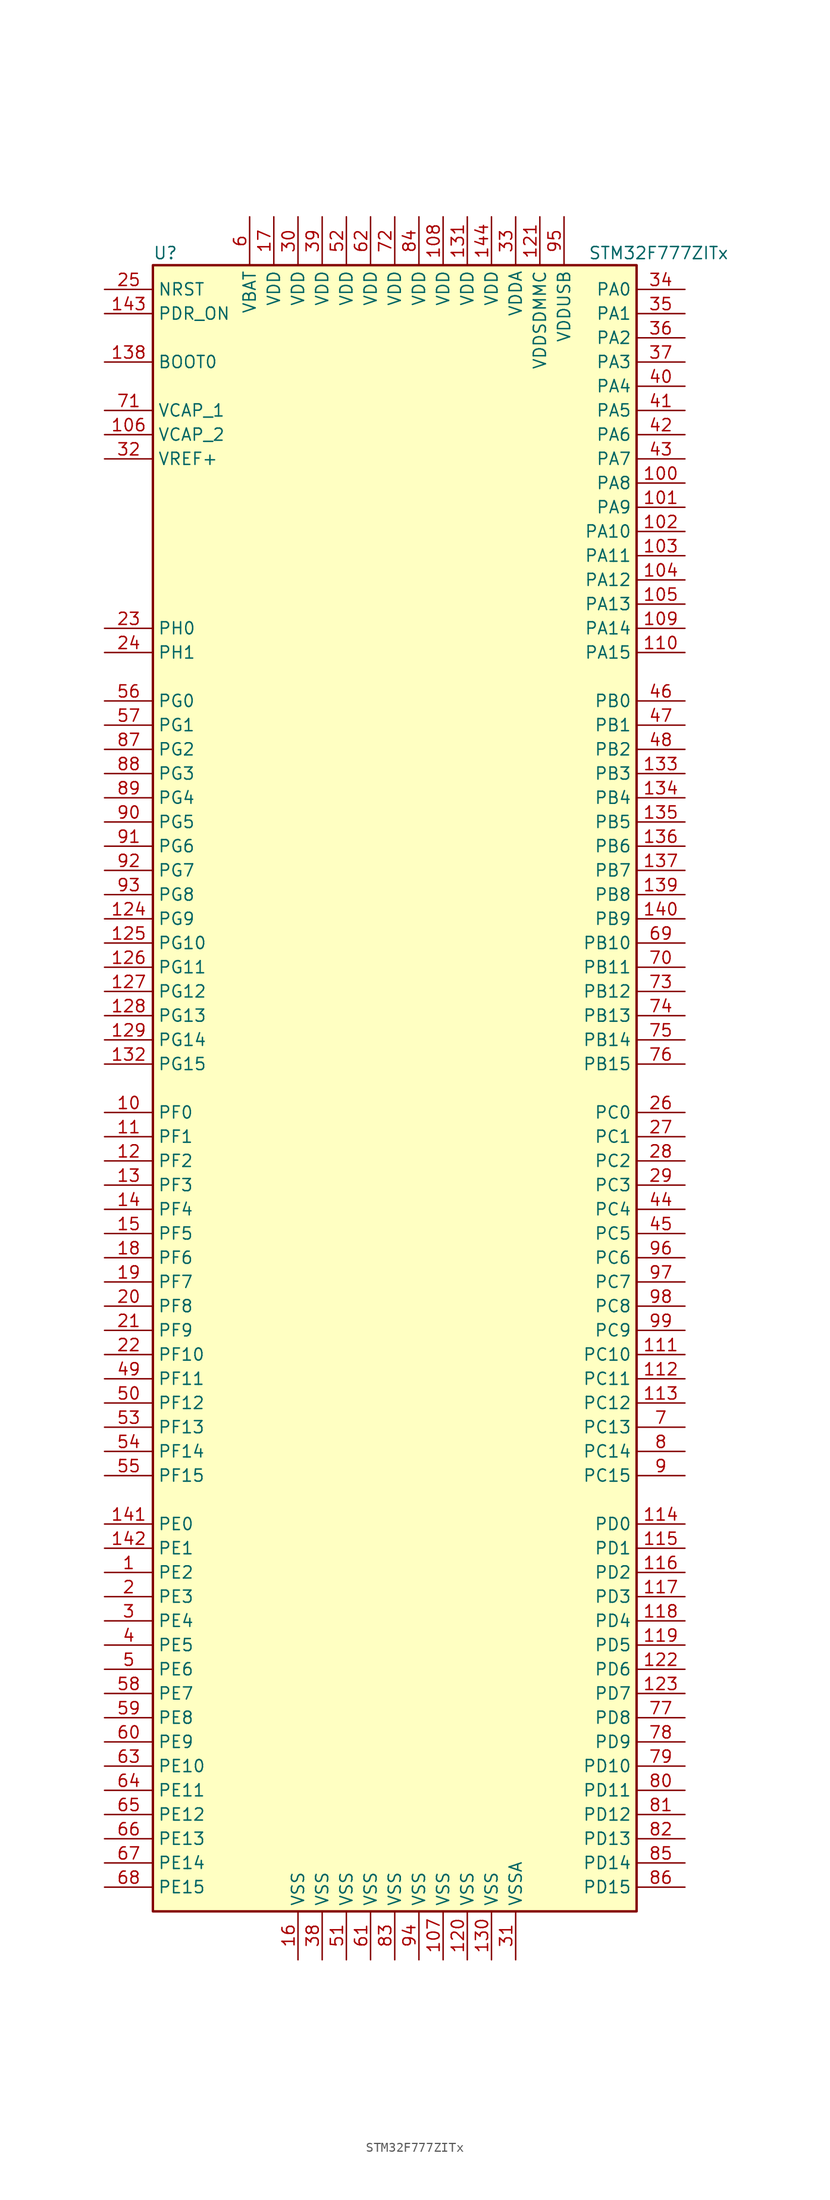
<source format=kicad_sym>
(kicad_symbol_lib
  (version 20201005)
  (generator kicad_symbol_editor)
  (symbol "STM32F777ZITx"
    (property "Reference" "U"
      (at -25.4 87.63 0)
      (effects (font (size 1.27 1.27)) (justify left)))
    (property "Value" "STM32F777ZITx"
      (at 20.32 87.63 0)
      (effects (font (size 1.27 1.27)) (justify left)))
    (symbol "STM32F777ZITx_0_1"
      (rectangle (start -25.4 -86.36) (end 25.4 86.36) (stroke (width 0.254)) (fill (type background))))
    (symbol "STM32F777ZITx_1_1"
      (pin bidirectional line (at -30.48 -50.8 0) (length 5.08) (name "PE2" (effects (font (size 1.27 1.27)))) (number "1" (effects (font (size 1.27 1.27)))))
      (pin bidirectional line (at -30.48 -2.54 0) (length 5.08) (name "PF0" (effects (font (size 1.27 1.27)))) (number "10" (effects (font (size 1.27 1.27)))))
      (pin bidirectional line (at 30.48 63.5 180) (length 5.08) (name "PA8" (effects (font (size 1.27 1.27)))) (number "100" (effects (font (size 1.27 1.27)))))
      (pin bidirectional line (at 30.48 60.96 180) (length 5.08) (name "PA9" (effects (font (size 1.27 1.27)))) (number "101" (effects (font (size 1.27 1.27)))))
      (pin bidirectional line (at 30.48 58.42 180) (length 5.08) (name "PA10" (effects (font (size 1.27 1.27)))) (number "102" (effects (font (size 1.27 1.27)))))
      (pin bidirectional line (at 30.48 55.88 180) (length 5.08) (name "PA11" (effects (font (size 1.27 1.27)))) (number "103" (effects (font (size 1.27 1.27)))))
      (pin bidirectional line (at 30.48 53.34 180) (length 5.08) (name "PA12" (effects (font (size 1.27 1.27)))) (number "104" (effects (font (size 1.27 1.27)))))
      (pin bidirectional line (at 30.48 50.8 180) (length 5.08) (name "PA13" (effects (font (size 1.27 1.27)))) (number "105" (effects (font (size 1.27 1.27)))))
      (pin power_in line (at -30.48 68.58 0) (length 5.08) (name "VCAP_2" (effects (font (size 1.27 1.27)))) (number "106" (effects (font (size 1.27 1.27)))))
      (pin power_in line (at 5.08 -91.44 90) (length 5.08) (name "VSS" (effects (font (size 1.27 1.27)))) (number "107" (effects (font (size 1.27 1.27)))))
      (pin power_in line (at 5.08 91.44 270) (length 5.08) (name "VDD" (effects (font (size 1.27 1.27)))) (number "108" (effects (font (size 1.27 1.27)))))
      (pin bidirectional line (at 30.48 48.26 180) (length 5.08) (name "PA14" (effects (font (size 1.27 1.27)))) (number "109" (effects (font (size 1.27 1.27)))))
      (pin bidirectional line (at -30.48 -5.08 0) (length 5.08) (name "PF1" (effects (font (size 1.27 1.27)))) (number "11" (effects (font (size 1.27 1.27)))))
      (pin bidirectional line (at 30.48 45.72 180) (length 5.08) (name "PA15" (effects (font (size 1.27 1.27)))) (number "110" (effects (font (size 1.27 1.27)))))
      (pin bidirectional line (at 30.48 -27.94 180) (length 5.08) (name "PC10" (effects (font (size 1.27 1.27)))) (number "111" (effects (font (size 1.27 1.27)))))
      (pin bidirectional line (at 30.48 -30.48 180) (length 5.08) (name "PC11" (effects (font (size 1.27 1.27)))) (number "112" (effects (font (size 1.27 1.27)))))
      (pin bidirectional line (at 30.48 -33.02 180) (length 5.08) (name "PC12" (effects (font (size 1.27 1.27)))) (number "113" (effects (font (size 1.27 1.27)))))
      (pin bidirectional line (at 30.48 -45.72 180) (length 5.08) (name "PD0" (effects (font (size 1.27 1.27)))) (number "114" (effects (font (size 1.27 1.27)))))
      (pin bidirectional line (at 30.48 -48.26 180) (length 5.08) (name "PD1" (effects (font (size 1.27 1.27)))) (number "115" (effects (font (size 1.27 1.27)))))
      (pin bidirectional line (at 30.48 -50.8 180) (length 5.08) (name "PD2" (effects (font (size 1.27 1.27)))) (number "116" (effects (font (size 1.27 1.27)))))
      (pin bidirectional line (at 30.48 -53.34 180) (length 5.08) (name "PD3" (effects (font (size 1.27 1.27)))) (number "117" (effects (font (size 1.27 1.27)))))
      (pin bidirectional line (at 30.48 -55.88 180) (length 5.08) (name "PD4" (effects (font (size 1.27 1.27)))) (number "118" (effects (font (size 1.27 1.27)))))
      (pin bidirectional line (at 30.48 -58.42 180) (length 5.08) (name "PD5" (effects (font (size 1.27 1.27)))) (number "119" (effects (font (size 1.27 1.27)))))
      (pin bidirectional line (at -30.48 -7.62 0) (length 5.08) (name "PF2" (effects (font (size 1.27 1.27)))) (number "12" (effects (font (size 1.27 1.27)))))
      (pin power_in line (at 7.62 -91.44 90) (length 5.08) (name "VSS" (effects (font (size 1.27 1.27)))) (number "120" (effects (font (size 1.27 1.27)))))
      (pin power_in line (at 15.24 91.44 270) (length 5.08) (name "VDDSDMMC" (effects (font (size 1.27 1.27)))) (number "121" (effects (font (size 1.27 1.27)))))
      (pin bidirectional line (at 30.48 -60.96 180) (length 5.08) (name "PD6" (effects (font (size 1.27 1.27)))) (number "122" (effects (font (size 1.27 1.27)))))
      (pin bidirectional line (at 30.48 -63.5 180) (length 5.08) (name "PD7" (effects (font (size 1.27 1.27)))) (number "123" (effects (font (size 1.27 1.27)))))
      (pin bidirectional line (at -30.48 17.78 0) (length 5.08) (name "PG9" (effects (font (size 1.27 1.27)))) (number "124" (effects (font (size 1.27 1.27)))))
      (pin bidirectional line (at -30.48 15.24 0) (length 5.08) (name "PG10" (effects (font (size 1.27 1.27)))) (number "125" (effects (font (size 1.27 1.27)))))
      (pin bidirectional line (at -30.48 12.7 0) (length 5.08) (name "PG11" (effects (font (size 1.27 1.27)))) (number "126" (effects (font (size 1.27 1.27)))))
      (pin bidirectional line (at -30.48 10.16 0) (length 5.08) (name "PG12" (effects (font (size 1.27 1.27)))) (number "127" (effects (font (size 1.27 1.27)))))
      (pin bidirectional line (at -30.48 7.62 0) (length 5.08) (name "PG13" (effects (font (size 1.27 1.27)))) (number "128" (effects (font (size 1.27 1.27)))))
      (pin bidirectional line (at -30.48 5.08 0) (length 5.08) (name "PG14" (effects (font (size 1.27 1.27)))) (number "129" (effects (font (size 1.27 1.27)))))
      (pin bidirectional line (at -30.48 -10.16 0) (length 5.08) (name "PF3" (effects (font (size 1.27 1.27)))) (number "13" (effects (font (size 1.27 1.27)))))
      (pin power_in line (at 10.16 -91.44 90) (length 5.08) (name "VSS" (effects (font (size 1.27 1.27)))) (number "130" (effects (font (size 1.27 1.27)))))
      (pin power_in line (at 7.62 91.44 270) (length 5.08) (name "VDD" (effects (font (size 1.27 1.27)))) (number "131" (effects (font (size 1.27 1.27)))))
      (pin bidirectional line (at -30.48 2.54 0) (length 5.08) (name "PG15" (effects (font (size 1.27 1.27)))) (number "132" (effects (font (size 1.27 1.27)))))
      (pin bidirectional line (at 30.48 33.02 180) (length 5.08) (name "PB3" (effects (font (size 1.27 1.27)))) (number "133" (effects (font (size 1.27 1.27)))))
      (pin bidirectional line (at 30.48 30.48 180) (length 5.08) (name "PB4" (effects (font (size 1.27 1.27)))) (number "134" (effects (font (size 1.27 1.27)))))
      (pin bidirectional line (at 30.48 27.94 180) (length 5.08) (name "PB5" (effects (font (size 1.27 1.27)))) (number "135" (effects (font (size 1.27 1.27)))))
      (pin bidirectional line (at 30.48 25.4 180) (length 5.08) (name "PB6" (effects (font (size 1.27 1.27)))) (number "136" (effects (font (size 1.27 1.27)))))
      (pin bidirectional line (at 30.48 22.86 180) (length 5.08) (name "PB7" (effects (font (size 1.27 1.27)))) (number "137" (effects (font (size 1.27 1.27)))))
      (pin input line (at -30.48 76.2 0) (length 5.08) (name "BOOT0" (effects (font (size 1.27 1.27)))) (number "138" (effects (font (size 1.27 1.27)))))
      (pin bidirectional line (at 30.48 20.32 180) (length 5.08) (name "PB8" (effects (font (size 1.27 1.27)))) (number "139" (effects (font (size 1.27 1.27)))))
      (pin bidirectional line (at -30.48 -12.7 0) (length 5.08) (name "PF4" (effects (font (size 1.27 1.27)))) (number "14" (effects (font (size 1.27 1.27)))))
      (pin bidirectional line (at 30.48 17.78 180) (length 5.08) (name "PB9" (effects (font (size 1.27 1.27)))) (number "140" (effects (font (size 1.27 1.27)))))
      (pin bidirectional line (at -30.48 -45.72 0) (length 5.08) (name "PE0" (effects (font (size 1.27 1.27)))) (number "141" (effects (font (size 1.27 1.27)))))
      (pin bidirectional line (at -30.48 -48.26 0) (length 5.08) (name "PE1" (effects (font (size 1.27 1.27)))) (number "142" (effects (font (size 1.27 1.27)))))
      (pin input line (at -30.48 81.28 0) (length 5.08) (name "PDR_ON" (effects (font (size 1.27 1.27)))) (number "143" (effects (font (size 1.27 1.27)))))
      (pin power_in line (at 10.16 91.44 270) (length 5.08) (name "VDD" (effects (font (size 1.27 1.27)))) (number "144" (effects (font (size 1.27 1.27)))))
      (pin bidirectional line (at -30.48 -15.24 0) (length 5.08) (name "PF5" (effects (font (size 1.27 1.27)))) (number "15" (effects (font (size 1.27 1.27)))))
      (pin power_in line (at -10.16 -91.44 90) (length 5.08) (name "VSS" (effects (font (size 1.27 1.27)))) (number "16" (effects (font (size 1.27 1.27)))))
      (pin power_in line (at -12.7 91.44 270) (length 5.08) (name "VDD" (effects (font (size 1.27 1.27)))) (number "17" (effects (font (size 1.27 1.27)))))
      (pin bidirectional line (at -30.48 -17.78 0) (length 5.08) (name "PF6" (effects (font (size 1.27 1.27)))) (number "18" (effects (font (size 1.27 1.27)))))
      (pin bidirectional line (at -30.48 -20.32 0) (length 5.08) (name "PF7" (effects (font (size 1.27 1.27)))) (number "19" (effects (font (size 1.27 1.27)))))
      (pin bidirectional line (at -30.48 -53.34 0) (length 5.08) (name "PE3" (effects (font (size 1.27 1.27)))) (number "2" (effects (font (size 1.27 1.27)))))
      (pin bidirectional line (at -30.48 -22.86 0) (length 5.08) (name "PF8" (effects (font (size 1.27 1.27)))) (number "20" (effects (font (size 1.27 1.27)))))
      (pin bidirectional line (at -30.48 -25.4 0) (length 5.08) (name "PF9" (effects (font (size 1.27 1.27)))) (number "21" (effects (font (size 1.27 1.27)))))
      (pin bidirectional line (at -30.48 -27.94 0) (length 5.08) (name "PF10" (effects (font (size 1.27 1.27)))) (number "22" (effects (font (size 1.27 1.27)))))
      (pin input line (at -30.48 48.26 0) (length 5.08) (name "PH0" (effects (font (size 1.27 1.27)))) (number "23" (effects (font (size 1.27 1.27)))))
      (pin input line (at -30.48 45.72 0) (length 5.08) (name "PH1" (effects (font (size 1.27 1.27)))) (number "24" (effects (font (size 1.27 1.27)))))
      (pin input line (at -30.48 83.82 0) (length 5.08) (name "NRST" (effects (font (size 1.27 1.27)))) (number "25" (effects (font (size 1.27 1.27)))))
      (pin bidirectional line (at 30.48 -2.54 180) (length 5.08) (name "PC0" (effects (font (size 1.27 1.27)))) (number "26" (effects (font (size 1.27 1.27)))))
      (pin bidirectional line (at 30.48 -5.08 180) (length 5.08) (name "PC1" (effects (font (size 1.27 1.27)))) (number "27" (effects (font (size 1.27 1.27)))))
      (pin bidirectional line (at 30.48 -7.62 180) (length 5.08) (name "PC2" (effects (font (size 1.27 1.27)))) (number "28" (effects (font (size 1.27 1.27)))))
      (pin bidirectional line (at 30.48 -10.16 180) (length 5.08) (name "PC3" (effects (font (size 1.27 1.27)))) (number "29" (effects (font (size 1.27 1.27)))))
      (pin bidirectional line (at -30.48 -55.88 0) (length 5.08) (name "PE4" (effects (font (size 1.27 1.27)))) (number "3" (effects (font (size 1.27 1.27)))))
      (pin power_in line (at -10.16 91.44 270) (length 5.08) (name "VDD" (effects (font (size 1.27 1.27)))) (number "30" (effects (font (size 1.27 1.27)))))
      (pin power_in line (at 12.7 -91.44 90) (length 5.08) (name "VSSA" (effects (font (size 1.27 1.27)))) (number "31" (effects (font (size 1.27 1.27)))))
      (pin power_in line (at -30.48 66.04 0) (length 5.08) (name "VREF+" (effects (font (size 1.27 1.27)))) (number "32" (effects (font (size 1.27 1.27)))))
      (pin power_in line (at 12.7 91.44 270) (length 5.08) (name "VDDA" (effects (font (size 1.27 1.27)))) (number "33" (effects (font (size 1.27 1.27)))))
      (pin bidirectional line (at 30.48 83.82 180) (length 5.08) (name "PA0" (effects (font (size 1.27 1.27)))) (number "34" (effects (font (size 1.27 1.27)))))
      (pin bidirectional line (at 30.48 81.28 180) (length 5.08) (name "PA1" (effects (font (size 1.27 1.27)))) (number "35" (effects (font (size 1.27 1.27)))))
      (pin bidirectional line (at 30.48 78.74 180) (length 5.08) (name "PA2" (effects (font (size 1.27 1.27)))) (number "36" (effects (font (size 1.27 1.27)))))
      (pin bidirectional line (at 30.48 76.2 180) (length 5.08) (name "PA3" (effects (font (size 1.27 1.27)))) (number "37" (effects (font (size 1.27 1.27)))))
      (pin power_in line (at -7.62 -91.44 90) (length 5.08) (name "VSS" (effects (font (size 1.27 1.27)))) (number "38" (effects (font (size 1.27 1.27)))))
      (pin power_in line (at -7.62 91.44 270) (length 5.08) (name "VDD" (effects (font (size 1.27 1.27)))) (number "39" (effects (font (size 1.27 1.27)))))
      (pin bidirectional line (at -30.48 -58.42 0) (length 5.08) (name "PE5" (effects (font (size 1.27 1.27)))) (number "4" (effects (font (size 1.27 1.27)))))
      (pin bidirectional line (at 30.48 73.66 180) (length 5.08) (name "PA4" (effects (font (size 1.27 1.27)))) (number "40" (effects (font (size 1.27 1.27)))))
      (pin bidirectional line (at 30.48 71.12 180) (length 5.08) (name "PA5" (effects (font (size 1.27 1.27)))) (number "41" (effects (font (size 1.27 1.27)))))
      (pin bidirectional line (at 30.48 68.58 180) (length 5.08) (name "PA6" (effects (font (size 1.27 1.27)))) (number "42" (effects (font (size 1.27 1.27)))))
      (pin bidirectional line (at 30.48 66.04 180) (length 5.08) (name "PA7" (effects (font (size 1.27 1.27)))) (number "43" (effects (font (size 1.27 1.27)))))
      (pin bidirectional line (at 30.48 -12.7 180) (length 5.08) (name "PC4" (effects (font (size 1.27 1.27)))) (number "44" (effects (font (size 1.27 1.27)))))
      (pin bidirectional line (at 30.48 -15.24 180) (length 5.08) (name "PC5" (effects (font (size 1.27 1.27)))) (number "45" (effects (font (size 1.27 1.27)))))
      (pin bidirectional line (at 30.48 40.64 180) (length 5.08) (name "PB0" (effects (font (size 1.27 1.27)))) (number "46" (effects (font (size 1.27 1.27)))))
      (pin bidirectional line (at 30.48 38.1 180) (length 5.08) (name "PB1" (effects (font (size 1.27 1.27)))) (number "47" (effects (font (size 1.27 1.27)))))
      (pin bidirectional line (at 30.48 35.56 180) (length 5.08) (name "PB2" (effects (font (size 1.27 1.27)))) (number "48" (effects (font (size 1.27 1.27)))))
      (pin bidirectional line (at -30.48 -30.48 0) (length 5.08) (name "PF11" (effects (font (size 1.27 1.27)))) (number "49" (effects (font (size 1.27 1.27)))))
      (pin bidirectional line (at -30.48 -60.96 0) (length 5.08) (name "PE6" (effects (font (size 1.27 1.27)))) (number "5" (effects (font (size 1.27 1.27)))))
      (pin bidirectional line (at -30.48 -33.02 0) (length 5.08) (name "PF12" (effects (font (size 1.27 1.27)))) (number "50" (effects (font (size 1.27 1.27)))))
      (pin power_in line (at -5.08 -91.44 90) (length 5.08) (name "VSS" (effects (font (size 1.27 1.27)))) (number "51" (effects (font (size 1.27 1.27)))))
      (pin power_in line (at -5.08 91.44 270) (length 5.08) (name "VDD" (effects (font (size 1.27 1.27)))) (number "52" (effects (font (size 1.27 1.27)))))
      (pin bidirectional line (at -30.48 -35.56 0) (length 5.08) (name "PF13" (effects (font (size 1.27 1.27)))) (number "53" (effects (font (size 1.27 1.27)))))
      (pin bidirectional line (at -30.48 -38.1 0) (length 5.08) (name "PF14" (effects (font (size 1.27 1.27)))) (number "54" (effects (font (size 1.27 1.27)))))
      (pin bidirectional line (at -30.48 -40.64 0) (length 5.08) (name "PF15" (effects (font (size 1.27 1.27)))) (number "55" (effects (font (size 1.27 1.27)))))
      (pin bidirectional line (at -30.48 40.64 0) (length 5.08) (name "PG0" (effects (font (size 1.27 1.27)))) (number "56" (effects (font (size 1.27 1.27)))))
      (pin bidirectional line (at -30.48 38.1 0) (length 5.08) (name "PG1" (effects (font (size 1.27 1.27)))) (number "57" (effects (font (size 1.27 1.27)))))
      (pin bidirectional line (at -30.48 -63.5 0) (length 5.08) (name "PE7" (effects (font (size 1.27 1.27)))) (number "58" (effects (font (size 1.27 1.27)))))
      (pin bidirectional line (at -30.48 -66.04 0) (length 5.08) (name "PE8" (effects (font (size 1.27 1.27)))) (number "59" (effects (font (size 1.27 1.27)))))
      (pin power_in line (at -15.24 91.44 270) (length 5.08) (name "VBAT" (effects (font (size 1.27 1.27)))) (number "6" (effects (font (size 1.27 1.27)))))
      (pin bidirectional line (at -30.48 -68.58 0) (length 5.08) (name "PE9" (effects (font (size 1.27 1.27)))) (number "60" (effects (font (size 1.27 1.27)))))
      (pin power_in line (at -2.54 -91.44 90) (length 5.08) (name "VSS" (effects (font (size 1.27 1.27)))) (number "61" (effects (font (size 1.27 1.27)))))
      (pin power_in line (at -2.54 91.44 270) (length 5.08) (name "VDD" (effects (font (size 1.27 1.27)))) (number "62" (effects (font (size 1.27 1.27)))))
      (pin bidirectional line (at -30.48 -71.12 0) (length 5.08) (name "PE10" (effects (font (size 1.27 1.27)))) (number "63" (effects (font (size 1.27 1.27)))))
      (pin bidirectional line (at -30.48 -73.66 0) (length 5.08) (name "PE11" (effects (font (size 1.27 1.27)))) (number "64" (effects (font (size 1.27 1.27)))))
      (pin bidirectional line (at -30.48 -76.2 0) (length 5.08) (name "PE12" (effects (font (size 1.27 1.27)))) (number "65" (effects (font (size 1.27 1.27)))))
      (pin bidirectional line (at -30.48 -78.74 0) (length 5.08) (name "PE13" (effects (font (size 1.27 1.27)))) (number "66" (effects (font (size 1.27 1.27)))))
      (pin bidirectional line (at -30.48 -81.28 0) (length 5.08) (name "PE14" (effects (font (size 1.27 1.27)))) (number "67" (effects (font (size 1.27 1.27)))))
      (pin bidirectional line (at -30.48 -83.82 0) (length 5.08) (name "PE15" (effects (font (size 1.27 1.27)))) (number "68" (effects (font (size 1.27 1.27)))))
      (pin bidirectional line (at 30.48 15.24 180) (length 5.08) (name "PB10" (effects (font (size 1.27 1.27)))) (number "69" (effects (font (size 1.27 1.27)))))
      (pin bidirectional line (at 30.48 -35.56 180) (length 5.08) (name "PC13" (effects (font (size 1.27 1.27)))) (number "7" (effects (font (size 1.27 1.27)))))
      (pin bidirectional line (at 30.48 12.7 180) (length 5.08) (name "PB11" (effects (font (size 1.27 1.27)))) (number "70" (effects (font (size 1.27 1.27)))))
      (pin power_in line (at -30.48 71.12 0) (length 5.08) (name "VCAP_1" (effects (font (size 1.27 1.27)))) (number "71" (effects (font (size 1.27 1.27)))))
      (pin power_in line (at 0 91.44 270) (length 5.08) (name "VDD" (effects (font (size 1.27 1.27)))) (number "72" (effects (font (size 1.27 1.27)))))
      (pin bidirectional line (at 30.48 10.16 180) (length 5.08) (name "PB12" (effects (font (size 1.27 1.27)))) (number "73" (effects (font (size 1.27 1.27)))))
      (pin bidirectional line (at 30.48 7.62 180) (length 5.08) (name "PB13" (effects (font (size 1.27 1.27)))) (number "74" (effects (font (size 1.27 1.27)))))
      (pin bidirectional line (at 30.48 5.08 180) (length 5.08) (name "PB14" (effects (font (size 1.27 1.27)))) (number "75" (effects (font (size 1.27 1.27)))))
      (pin bidirectional line (at 30.48 2.54 180) (length 5.08) (name "PB15" (effects (font (size 1.27 1.27)))) (number "76" (effects (font (size 1.27 1.27)))))
      (pin bidirectional line (at 30.48 -66.04 180) (length 5.08) (name "PD8" (effects (font (size 1.27 1.27)))) (number "77" (effects (font (size 1.27 1.27)))))
      (pin bidirectional line (at 30.48 -68.58 180) (length 5.08) (name "PD9" (effects (font (size 1.27 1.27)))) (number "78" (effects (font (size 1.27 1.27)))))
      (pin bidirectional line (at 30.48 -71.12 180) (length 5.08) (name "PD10" (effects (font (size 1.27 1.27)))) (number "79" (effects (font (size 1.27 1.27)))))
      (pin bidirectional line (at 30.48 -38.1 180) (length 5.08) (name "PC14" (effects (font (size 1.27 1.27)))) (number "8" (effects (font (size 1.27 1.27)))))
      (pin bidirectional line (at 30.48 -73.66 180) (length 5.08) (name "PD11" (effects (font (size 1.27 1.27)))) (number "80" (effects (font (size 1.27 1.27)))))
      (pin bidirectional line (at 30.48 -76.2 180) (length 5.08) (name "PD12" (effects (font (size 1.27 1.27)))) (number "81" (effects (font (size 1.27 1.27)))))
      (pin bidirectional line (at 30.48 -78.74 180) (length 5.08) (name "PD13" (effects (font (size 1.27 1.27)))) (number "82" (effects (font (size 1.27 1.27)))))
      (pin power_in line (at 0 -91.44 90) (length 5.08) (name "VSS" (effects (font (size 1.27 1.27)))) (number "83" (effects (font (size 1.27 1.27)))))
      (pin power_in line (at 2.54 91.44 270) (length 5.08) (name "VDD" (effects (font (size 1.27 1.27)))) (number "84" (effects (font (size 1.27 1.27)))))
      (pin bidirectional line (at 30.48 -81.28 180) (length 5.08) (name "PD14" (effects (font (size 1.27 1.27)))) (number "85" (effects (font (size 1.27 1.27)))))
      (pin bidirectional line (at 30.48 -83.82 180) (length 5.08) (name "PD15" (effects (font (size 1.27 1.27)))) (number "86" (effects (font (size 1.27 1.27)))))
      (pin bidirectional line (at -30.48 35.56 0) (length 5.08) (name "PG2" (effects (font (size 1.27 1.27)))) (number "87" (effects (font (size 1.27 1.27)))))
      (pin bidirectional line (at -30.48 33.02 0) (length 5.08) (name "PG3" (effects (font (size 1.27 1.27)))) (number "88" (effects (font (size 1.27 1.27)))))
      (pin bidirectional line (at -30.48 30.48 0) (length 5.08) (name "PG4" (effects (font (size 1.27 1.27)))) (number "89" (effects (font (size 1.27 1.27)))))
      (pin bidirectional line (at 30.48 -40.64 180) (length 5.08) (name "PC15" (effects (font (size 1.27 1.27)))) (number "9" (effects (font (size 1.27 1.27)))))
      (pin bidirectional line (at -30.48 27.94 0) (length 5.08) (name "PG5" (effects (font (size 1.27 1.27)))) (number "90" (effects (font (size 1.27 1.27)))))
      (pin bidirectional line (at -30.48 25.4 0) (length 5.08) (name "PG6" (effects (font (size 1.27 1.27)))) (number "91" (effects (font (size 1.27 1.27)))))
      (pin bidirectional line (at -30.48 22.86 0) (length 5.08) (name "PG7" (effects (font (size 1.27 1.27)))) (number "92" (effects (font (size 1.27 1.27)))))
      (pin bidirectional line (at -30.48 20.32 0) (length 5.08) (name "PG8" (effects (font (size 1.27 1.27)))) (number "93" (effects (font (size 1.27 1.27)))))
      (pin power_in line (at 2.54 -91.44 90) (length 5.08) (name "VSS" (effects (font (size 1.27 1.27)))) (number "94" (effects (font (size 1.27 1.27)))))
      (pin power_in line (at 17.78 91.44 270) (length 5.08) (name "VDDUSB" (effects (font (size 1.27 1.27)))) (number "95" (effects (font (size 1.27 1.27)))))
      (pin bidirectional line (at 30.48 -17.78 180) (length 5.08) (name "PC6" (effects (font (size 1.27 1.27)))) (number "96" (effects (font (size 1.27 1.27)))))
      (pin bidirectional line (at 30.48 -20.32 180) (length 5.08) (name "PC7" (effects (font (size 1.27 1.27)))) (number "97" (effects (font (size 1.27 1.27)))))
      (pin bidirectional line (at 30.48 -22.86 180) (length 5.08) (name "PC8" (effects (font (size 1.27 1.27)))) (number "98" (effects (font (size 1.27 1.27)))))
      (pin bidirectional line (at 30.48 -25.4 180) (length 5.08) (name "PC9" (effects (font (size 1.27 1.27)))) (number "99" (effects (font (size 1.27 1.27))))))))
</source>
